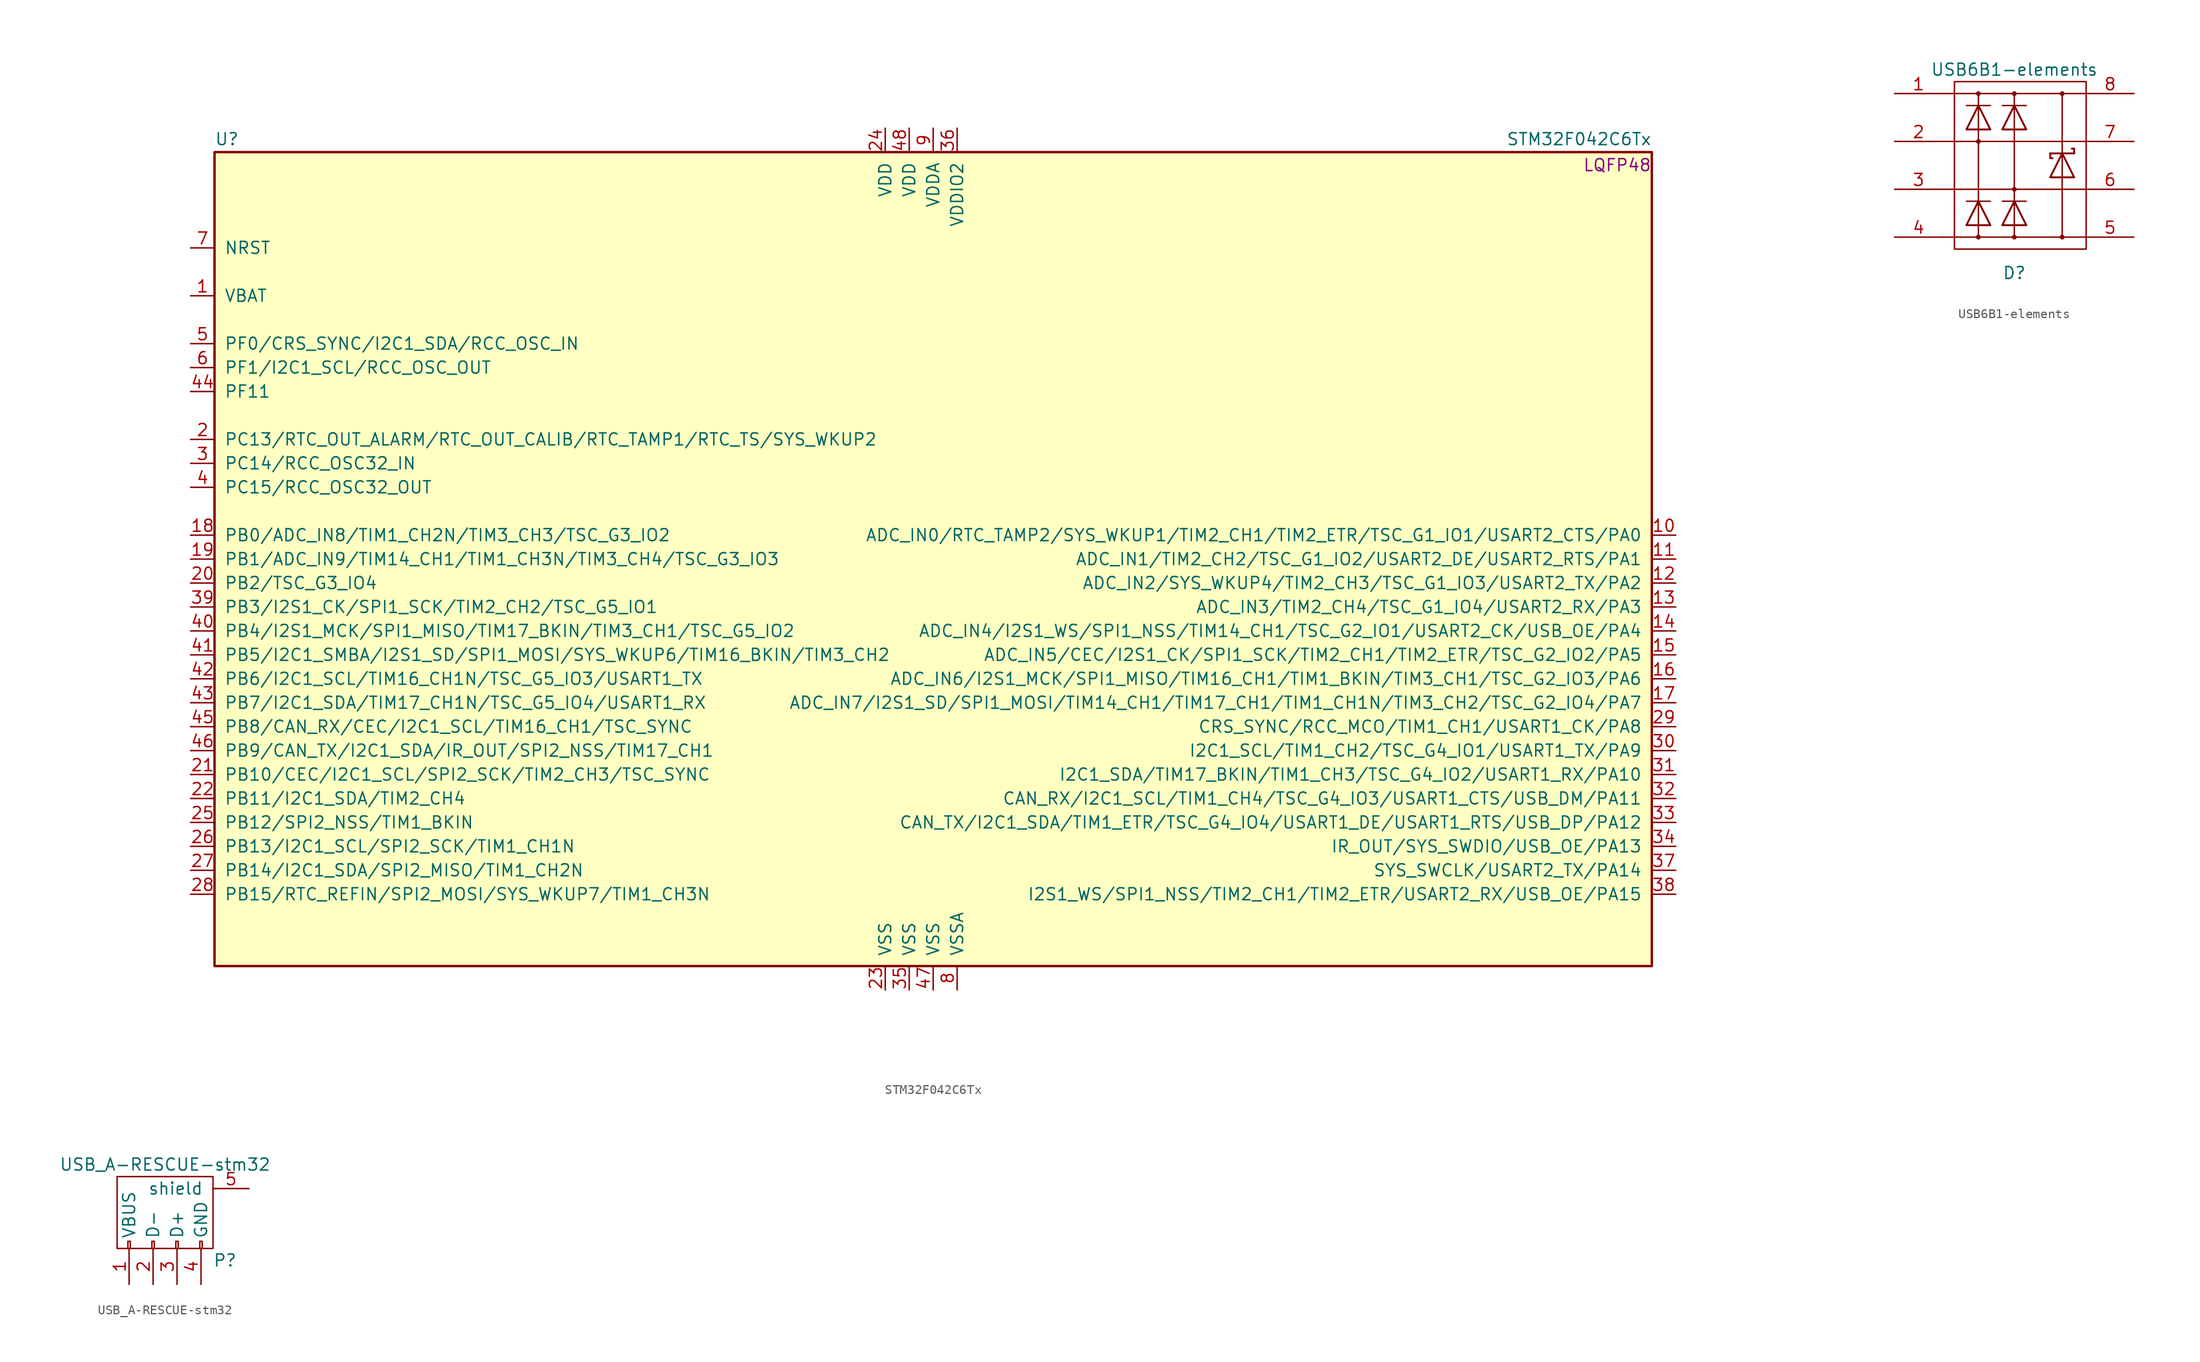
<source format=kicad_sym>
(kicad_symbol_lib
  (version 20211014)
  (generator kicad_symbol_editor)
  (symbol "STM32F042C6Tx"
    (pin_names
      (offset 1.016))
    (property "Reference" "U"
      (at -76.2 43.815 0)
      (effects (font (size 1.27 1.27)) (justify left bottom)))
    (property "Value" "STM32F042C6Tx"
      (at 76.2 43.815 0)
      (effects (font (size 1.27 1.27)) (justify right bottom)))
    (property "Footprint" "LQFP48"
      (at 76.2 42.545 0)
      (effects (font (size 1.27 1.27)) (justify right top)))
    (property "Datasheet" ""
      (at 0 0 0)
      (effects (font (size 1.27 1.27))))
    (property "ki_locked" ""
      (at 0 0 0)
      (effects (font (size 1.27 1.27))))
    (symbol "STM32F042C6Tx_0_1"
      (rectangle (start -76.2 -43.18) (end 76.2 43.18) (stroke (width 0.254) (type default) (color 0 0 0 0)) (fill (type background))))
    (symbol "STM32F042C6Tx_1_1"
      (pin power_in line (at -78.74 27.94 0) (length 2.54) (name "VBAT" (effects (font (size 1.27 1.27)))) (number "1" (effects (font (size 1.27 1.27)))))
      (pin bidirectional line (at 78.74 2.54 180) (length 2.54) (name "ADC_IN0/RTC_TAMP2/SYS_WKUP1/TIM2_CH1/TIM2_ETR/TSC_G1_IO1/USART2_CTS/PA0" (effects (font (size 1.27 1.27)))) (number "10" (effects (font (size 1.27 1.27)))))
      (pin bidirectional line (at 78.74 0 180) (length 2.54) (name "ADC_IN1/TIM2_CH2/TSC_G1_IO2/USART2_DE/USART2_RTS/PA1" (effects (font (size 1.27 1.27)))) (number "11" (effects (font (size 1.27 1.27)))))
      (pin bidirectional line (at 78.74 -2.54 180) (length 2.54) (name "ADC_IN2/SYS_WKUP4/TIM2_CH3/TSC_G1_IO3/USART2_TX/PA2" (effects (font (size 1.27 1.27)))) (number "12" (effects (font (size 1.27 1.27)))))
      (pin bidirectional line (at 78.74 -5.08 180) (length 2.54) (name "ADC_IN3/TIM2_CH4/TSC_G1_IO4/USART2_RX/PA3" (effects (font (size 1.27 1.27)))) (number "13" (effects (font (size 1.27 1.27)))))
      (pin bidirectional line (at 78.74 -7.62 180) (length 2.54) (name "ADC_IN4/I2S1_WS/SPI1_NSS/TIM14_CH1/TSC_G2_IO1/USART2_CK/USB_OE/PA4" (effects (font (size 1.27 1.27)))) (number "14" (effects (font (size 1.27 1.27)))))
      (pin bidirectional line (at 78.74 -10.16 180) (length 2.54) (name "ADC_IN5/CEC/I2S1_CK/SPI1_SCK/TIM2_CH1/TIM2_ETR/TSC_G2_IO2/PA5" (effects (font (size 1.27 1.27)))) (number "15" (effects (font (size 1.27 1.27)))))
      (pin bidirectional line (at 78.74 -12.7 180) (length 2.54) (name "ADC_IN6/I2S1_MCK/SPI1_MISO/TIM16_CH1/TIM1_BKIN/TIM3_CH1/TSC_G2_IO3/PA6" (effects (font (size 1.27 1.27)))) (number "16" (effects (font (size 1.27 1.27)))))
      (pin bidirectional line (at 78.74 -15.24 180) (length 2.54) (name "ADC_IN7/I2S1_SD/SPI1_MOSI/TIM14_CH1/TIM17_CH1/TIM1_CH1N/TIM3_CH2/TSC_G2_IO4/PA7" (effects (font (size 1.27 1.27)))) (number "17" (effects (font (size 1.27 1.27)))))
      (pin bidirectional line (at -78.74 2.54 0) (length 2.54) (name "PB0/ADC_IN8/TIM1_CH2N/TIM3_CH3/TSC_G3_IO2" (effects (font (size 1.27 1.27)))) (number "18" (effects (font (size 1.27 1.27)))))
      (pin bidirectional line (at -78.74 0 0) (length 2.54) (name "PB1/ADC_IN9/TIM14_CH1/TIM1_CH3N/TIM3_CH4/TSC_G3_IO3" (effects (font (size 1.27 1.27)))) (number "19" (effects (font (size 1.27 1.27)))))
      (pin bidirectional line (at -78.74 12.7 0) (length 2.54) (name "PC13/RTC_OUT_ALARM/RTC_OUT_CALIB/RTC_TAMP1/RTC_TS/SYS_WKUP2" (effects (font (size 1.27 1.27)))) (number "2" (effects (font (size 1.27 1.27)))))
      (pin bidirectional line (at -78.74 -2.54 0) (length 2.54) (name "PB2/TSC_G3_IO4" (effects (font (size 1.27 1.27)))) (number "20" (effects (font (size 1.27 1.27)))))
      (pin bidirectional line (at -78.74 -22.86 0) (length 2.54) (name "PB10/CEC/I2C1_SCL/SPI2_SCK/TIM2_CH3/TSC_SYNC" (effects (font (size 1.27 1.27)))) (number "21" (effects (font (size 1.27 1.27)))))
      (pin bidirectional line (at -78.74 -25.4 0) (length 2.54) (name "PB11/I2C1_SDA/TIM2_CH4" (effects (font (size 1.27 1.27)))) (number "22" (effects (font (size 1.27 1.27)))))
      (pin power_in line (at -5.08 -45.72 90) (length 2.54) (name "VSS" (effects (font (size 1.27 1.27)))) (number "23" (effects (font (size 1.27 1.27)))))
      (pin power_in line (at -5.08 45.72 270) (length 2.54) (name "VDD" (effects (font (size 1.27 1.27)))) (number "24" (effects (font (size 1.27 1.27)))))
      (pin bidirectional line (at -78.74 -27.94 0) (length 2.54) (name "PB12/SPI2_NSS/TIM1_BKIN" (effects (font (size 1.27 1.27)))) (number "25" (effects (font (size 1.27 1.27)))))
      (pin bidirectional line (at -78.74 -30.48 0) (length 2.54) (name "PB13/I2C1_SCL/SPI2_SCK/TIM1_CH1N" (effects (font (size 1.27 1.27)))) (number "26" (effects (font (size 1.27 1.27)))))
      (pin bidirectional line (at -78.74 -33.02 0) (length 2.54) (name "PB14/I2C1_SDA/SPI2_MISO/TIM1_CH2N" (effects (font (size 1.27 1.27)))) (number "27" (effects (font (size 1.27 1.27)))))
      (pin bidirectional line (at -78.74 -35.56 0) (length 2.54) (name "PB15/RTC_REFIN/SPI2_MOSI/SYS_WKUP7/TIM1_CH3N" (effects (font (size 1.27 1.27)))) (number "28" (effects (font (size 1.27 1.27)))))
      (pin bidirectional line (at 78.74 -17.78 180) (length 2.54) (name "CRS_SYNC/RCC_MCO/TIM1_CH1/USART1_CK/PA8" (effects (font (size 1.27 1.27)))) (number "29" (effects (font (size 1.27 1.27)))))
      (pin bidirectional line (at -78.74 10.16 0) (length 2.54) (name "PC14/RCC_OSC32_IN" (effects (font (size 1.27 1.27)))) (number "3" (effects (font (size 1.27 1.27)))))
      (pin bidirectional line (at 78.74 -20.32 180) (length 2.54) (name "I2C1_SCL/TIM1_CH2/TSC_G4_IO1/USART1_TX/PA9" (effects (font (size 1.27 1.27)))) (number "30" (effects (font (size 1.27 1.27)))))
      (pin bidirectional line (at 78.74 -22.86 180) (length 2.54) (name "I2C1_SDA/TIM17_BKIN/TIM1_CH3/TSC_G4_IO2/USART1_RX/PA10" (effects (font (size 1.27 1.27)))) (number "31" (effects (font (size 1.27 1.27)))))
      (pin bidirectional line (at 78.74 -25.4 180) (length 2.54) (name "CAN_RX/I2C1_SCL/TIM1_CH4/TSC_G4_IO3/USART1_CTS/USB_DM/PA11" (effects (font (size 1.27 1.27)))) (number "32" (effects (font (size 1.27 1.27)))))
      (pin bidirectional line (at 78.74 -27.94 180) (length 2.54) (name "CAN_TX/I2C1_SDA/TIM1_ETR/TSC_G4_IO4/USART1_DE/USART1_RTS/USB_DP/PA12" (effects (font (size 1.27 1.27)))) (number "33" (effects (font (size 1.27 1.27)))))
      (pin bidirectional line (at 78.74 -30.48 180) (length 2.54) (name "IR_OUT/SYS_SWDIO/USB_OE/PA13" (effects (font (size 1.27 1.27)))) (number "34" (effects (font (size 1.27 1.27)))))
      (pin power_in line (at -2.54 -45.72 90) (length 2.54) (name "VSS" (effects (font (size 1.27 1.27)))) (number "35" (effects (font (size 1.27 1.27)))))
      (pin power_in line (at 2.54 45.72 270) (length 2.54) (name "VDDIO2" (effects (font (size 1.27 1.27)))) (number "36" (effects (font (size 1.27 1.27)))))
      (pin bidirectional line (at 78.74 -33.02 180) (length 2.54) (name "SYS_SWCLK/USART2_TX/PA14" (effects (font (size 1.27 1.27)))) (number "37" (effects (font (size 1.27 1.27)))))
      (pin bidirectional line (at 78.74 -35.56 180) (length 2.54) (name "I2S1_WS/SPI1_NSS/TIM2_CH1/TIM2_ETR/USART2_RX/USB_OE/PA15" (effects (font (size 1.27 1.27)))) (number "38" (effects (font (size 1.27 1.27)))))
      (pin bidirectional line (at -78.74 -5.08 0) (length 2.54) (name "PB3/I2S1_CK/SPI1_SCK/TIM2_CH2/TSC_G5_IO1" (effects (font (size 1.27 1.27)))) (number "39" (effects (font (size 1.27 1.27)))))
      (pin bidirectional line (at -78.74 7.62 0) (length 2.54) (name "PC15/RCC_OSC32_OUT" (effects (font (size 1.27 1.27)))) (number "4" (effects (font (size 1.27 1.27)))))
      (pin bidirectional line (at -78.74 -7.62 0) (length 2.54) (name "PB4/I2S1_MCK/SPI1_MISO/TIM17_BKIN/TIM3_CH1/TSC_G5_IO2" (effects (font (size 1.27 1.27)))) (number "40" (effects (font (size 1.27 1.27)))))
      (pin bidirectional line (at -78.74 -10.16 0) (length 2.54) (name "PB5/I2C1_SMBA/I2S1_SD/SPI1_MOSI/SYS_WKUP6/TIM16_BKIN/TIM3_CH2" (effects (font (size 1.27 1.27)))) (number "41" (effects (font (size 1.27 1.27)))))
      (pin bidirectional line (at -78.74 -12.7 0) (length 2.54) (name "PB6/I2C1_SCL/TIM16_CH1N/TSC_G5_IO3/USART1_TX" (effects (font (size 1.27 1.27)))) (number "42" (effects (font (size 1.27 1.27)))))
      (pin bidirectional line (at -78.74 -15.24 0) (length 2.54) (name "PB7/I2C1_SDA/TIM17_CH1N/TSC_G5_IO4/USART1_RX" (effects (font (size 1.27 1.27)))) (number "43" (effects (font (size 1.27 1.27)))))
      (pin bidirectional line (at -78.74 17.78 0) (length 2.54) (name "PF11" (effects (font (size 1.27 1.27)))) (number "44" (effects (font (size 1.27 1.27)))))
      (pin bidirectional line (at -78.74 -17.78 0) (length 2.54) (name "PB8/CAN_RX/CEC/I2C1_SCL/TIM16_CH1/TSC_SYNC" (effects (font (size 1.27 1.27)))) (number "45" (effects (font (size 1.27 1.27)))))
      (pin bidirectional line (at -78.74 -20.32 0) (length 2.54) (name "PB9/CAN_TX/I2C1_SDA/IR_OUT/SPI2_NSS/TIM17_CH1" (effects (font (size 1.27 1.27)))) (number "46" (effects (font (size 1.27 1.27)))))
      (pin power_in line (at 0 -45.72 90) (length 2.54) (name "VSS" (effects (font (size 1.27 1.27)))) (number "47" (effects (font (size 1.27 1.27)))))
      (pin power_in line (at -2.54 45.72 270) (length 2.54) (name "VDD" (effects (font (size 1.27 1.27)))) (number "48" (effects (font (size 1.27 1.27)))))
      (pin input line (at -78.74 22.86 0) (length 2.54) (name "PF0/CRS_SYNC/I2C1_SDA/RCC_OSC_IN" (effects (font (size 1.27 1.27)))) (number "5" (effects (font (size 1.27 1.27)))))
      (pin input line (at -78.74 20.32 0) (length 2.54) (name "PF1/I2C1_SCL/RCC_OSC_OUT" (effects (font (size 1.27 1.27)))) (number "6" (effects (font (size 1.27 1.27)))))
      (pin input line (at -78.74 33.02 0) (length 2.54) (name "NRST" (effects (font (size 1.27 1.27)))) (number "7" (effects (font (size 1.27 1.27)))))
      (pin power_in line (at 2.54 -45.72 90) (length 2.54) (name "VSSA" (effects (font (size 1.27 1.27)))) (number "8" (effects (font (size 1.27 1.27)))))
      (pin power_in line (at 0 45.72 270) (length 2.54) (name "VDDA" (effects (font (size 1.27 1.27)))) (number "9" (effects (font (size 1.27 1.27)))))))
  (symbol "USB6B1-elements"
    (pin_names
      (offset 0.762) hide)
    (property "Reference" "D"
      (at 0 -11.43 0)
      (effects (font (size 1.27 1.27))))
    (property "Value" "USB6B1-elements"
      (at 0 10.16 0)
      (effects (font (size 1.27 1.27))))
    (property "Footprint" ""
      (at 5.08 -2.54 90)
      (effects (font (size 1.27 1.27))))
    (property "Datasheet" ""
      (at 5.08 -2.54 90)
      (effects (font (size 1.27 1.27))))
    (symbol "USB6B1-elements_0_1"
      (rectangle (start -7.62 -2.54) (end 7.62 -2.54) (stroke (width 0) (type default) (color 0 0 0 0)) (fill (type none)))
      (rectangle (start -7.62 7.62) (end 7.62 7.62) (stroke (width 0) (type default) (color 0 0 0 0)) (fill (type none)))
      (rectangle (start -5.08 -3.81) (end -2.54 -3.81) (stroke (width 0) (type default) (color 0 0 0 0)) (fill (type none)))
      (rectangle (start -5.08 6.35) (end -2.54 6.35) (stroke (width 0) (type default) (color 0 0 0 0)) (fill (type none)))
      (circle (center -3.81 -7.62) (radius 0.178) (stroke (width 0) (type default) (color 0 0 0 0)) (fill (type none)))
      (circle (center -3.81 2.54) (radius 0.178) (stroke (width 0) (type default) (color 0 0 0 0)) (fill (type none)))
      (rectangle (start -3.81 7.62) (end -3.81 -7.62) (stroke (width 0) (type default) (color 0 0 0 0)) (fill (type none)))
      (circle (center -3.81 7.62) (radius 0.178) (stroke (width 0) (type default) (color 0 0 0 0)) (fill (type none)))
      (rectangle (start -1.27 -3.81) (end 1.27 -3.81) (stroke (width 0) (type default) (color 0 0 0 0)) (fill (type none)))
      (rectangle (start -1.27 6.35) (end 1.27 6.35) (stroke (width 0) (type default) (color 0 0 0 0)) (fill (type none)))
      (circle (center 0 -7.62) (radius 0.178) (stroke (width 0) (type default) (color 0 0 0 0)) (fill (type none)))
      (circle (center 0 -2.54) (radius 0.178) (stroke (width 0) (type default) (color 0 0 0 0)) (fill (type none)))
      (polyline (pts (xy 3.81 1.27) (xy 6.35 1.27) (xy 6.35 1.27)) (stroke (width 0.203) (type default) (color 0 0 0 0)) (fill (type none)))
      (polyline (pts (xy 3.81 1.27) (xy 3.81 0.762) (xy 4.064 0.762) (xy 4.064 0.762)) (stroke (width 0.203) (type default) (color 0 0 0 0)) (fill (type none)))
      (polyline (pts (xy 6.35 1.27) (xy 6.35 1.778) (xy 6.096 1.778) (xy 6.096 1.778)) (stroke (width 0.203) (type default) (color 0 0 0 0)) (fill (type none)))
      (polyline (pts (xy -6.35 8.89) (xy 7.62 8.89) (xy 7.62 -8.89) (xy -6.35 -8.89) (xy -6.35 8.89)) (stroke (width 0) (type default) (color 0 0 0 0)) (fill (type none)))
      (polyline (pts (xy -5.08 -6.35) (xy -3.81 -3.81) (xy -2.54 -6.35) (xy -5.08 -6.35) (xy -5.08 -6.35) (xy -5.08 -6.35)) (stroke (width 0.203) (type default) (color 0 0 0 0)) (fill (type none)))
      (polyline (pts (xy -5.08 3.81) (xy -3.81 6.35) (xy -2.54 3.81) (xy -5.08 3.81) (xy -5.08 3.81) (xy -5.08 3.81)) (stroke (width 0.203) (type default) (color 0 0 0 0)) (fill (type none)))
      (polyline (pts (xy -1.27 -6.35) (xy 0 -3.81) (xy 1.27 -6.35) (xy -1.27 -6.35) (xy -1.27 -6.35) (xy -1.27 -6.35)) (stroke (width 0.203) (type default) (color 0 0 0 0)) (fill (type none)))
      (polyline (pts (xy -1.27 3.81) (xy 0 6.35) (xy 1.27 3.81) (xy -1.27 3.81) (xy -1.27 3.81) (xy -1.27 3.81)) (stroke (width 0.203) (type default) (color 0 0 0 0)) (fill (type none)))
      (polyline (pts (xy 3.81 -1.27) (xy 5.08 1.27) (xy 6.35 -1.27) (xy 3.81 -1.27) (xy 3.81 -1.27) (xy 3.81 -1.27)) (stroke (width 0.203) (type default) (color 0 0 0 0)) (fill (type none)))
      (rectangle (start 0 7.62) (end 0 -7.62) (stroke (width 0) (type default) (color 0 0 0 0)) (fill (type none)))
      (circle (center 0 7.62) (radius 0.178) (stroke (width 0) (type default) (color 0 0 0 0)) (fill (type none)))
      (circle (center 5.08 -7.62) (radius 0.178) (stroke (width 0) (type default) (color 0 0 0 0)) (fill (type none)))
      (rectangle (start 5.08 7.62) (end 5.08 -7.62) (stroke (width 0) (type default) (color 0 0 0 0)) (fill (type none)))
      (circle (center 5.08 7.62) (radius 0.178) (stroke (width 0) (type default) (color 0 0 0 0)) (fill (type none)))
      (rectangle (start 7.62 -7.62) (end -7.62 -7.62) (stroke (width 0) (type default) (color 0 0 0 0)) (fill (type none)))
      (rectangle (start 7.62 2.54) (end -7.62 2.54) (stroke (width 0) (type default) (color 0 0 0 0)) (fill (type none))))
    (symbol "USB6B1-elements_1_1"
      (pin passive line (at -12.7 7.62 0) (length 5.08) (name "VCC" (effects (font (size 1.27 1.27)))) (number "1" (effects (font (size 1.27 1.27)))))
      (pin passive line (at -12.7 2.54 0) (length 5.08) (name "I/O1" (effects (font (size 1.27 1.27)))) (number "2" (effects (font (size 1.27 1.27)))))
      (pin passive line (at -12.7 -2.54 0) (length 5.08) (name "I/O2" (effects (font (size 1.27 1.27)))) (number "3" (effects (font (size 1.27 1.27)))))
      (pin passive line (at -12.7 -7.62 0) (length 5.08) (name "GND" (effects (font (size 1.27 1.27)))) (number "4" (effects (font (size 1.27 1.27)))))
      (pin passive line (at 12.7 -7.62 180) (length 5.08) (name "GND" (effects (font (size 1.27 1.27)))) (number "5" (effects (font (size 1.27 1.27)))))
      (pin passive line (at 12.7 -2.54 180) (length 5.08) (name "I/O2" (effects (font (size 1.27 1.27)))) (number "6" (effects (font (size 1.27 1.27)))))
      (pin passive line (at 12.7 2.54 180) (length 5.08) (name "I/O1" (effects (font (size 1.27 1.27)))) (number "7" (effects (font (size 1.27 1.27)))))
      (pin passive line (at 12.7 7.62 180) (length 5.08) (name "VCC" (effects (font (size 1.27 1.27)))) (number "8" (effects (font (size 1.27 1.27)))))))
  (symbol "USB_A-RESCUE-stm32"
    (pin_names
      (offset 1.016))
    (property "Reference" "P"
      (at 5.08 -5.08 0)
      (effects (font (size 1.27 1.27))))
    (property "Value" "USB_A-RESCUE-stm32"
      (at -1.27 5.08 0)
      (effects (font (size 1.27 1.27))))
    (property "Footprint" ""
      (at -1.27 -2.54 90)
      (effects (font (size 1.27 1.27))))
    (property "Datasheet" ""
      (at -1.27 -2.54 90)
      (effects (font (size 1.27 1.27))))
    (symbol "USB_A-RESCUE-stm32_0_1"
      (rectangle (start -6.35 -3.81) (end 3.81 3.81) (stroke (width 0) (type default) (color 0 0 0 0)) (fill (type none)))
      (rectangle (start -5.207 -3.81) (end -4.953 -3.048) (stroke (width 0) (type default) (color 0 0 0 0)) (fill (type none)))
      (rectangle (start -2.667 -3.81) (end -2.413 -3.048) (stroke (width 0) (type default) (color 0 0 0 0)) (fill (type none)))
      (rectangle (start -0.127 -3.81) (end 0.127 -3.048) (stroke (width 0) (type default) (color 0 0 0 0)) (fill (type none)))
      (rectangle (start 2.413 -3.81) (end 2.667 -3.048) (stroke (width 0) (type default) (color 0 0 0 0)) (fill (type none))))
    (symbol "USB_A-RESCUE-stm32_1_1"
      (pin power_in line (at -5.08 -7.62 90) (length 3.81) (name "VBUS" (effects (font (size 1.27 1.27)))) (number "1" (effects (font (size 1.27 1.27)))))
      (pin passive line (at -2.54 -7.62 90) (length 3.81) (name "D-" (effects (font (size 1.27 1.27)))) (number "2" (effects (font (size 1.27 1.27)))))
      (pin passive line (at 0 -7.62 90) (length 3.81) (name "D+" (effects (font (size 1.27 1.27)))) (number "3" (effects (font (size 1.27 1.27)))))
      (pin power_in line (at 2.54 -7.62 90) (length 3.81) (name "GND" (effects (font (size 1.27 1.27)))) (number "4" (effects (font (size 1.27 1.27)))))
      (pin passive line (at 7.62 2.54 180) (length 3.81) (name "shield" (effects (font (size 1.27 1.27)))) (number "5" (effects (font (size 1.27 1.27))))))))
</source>
